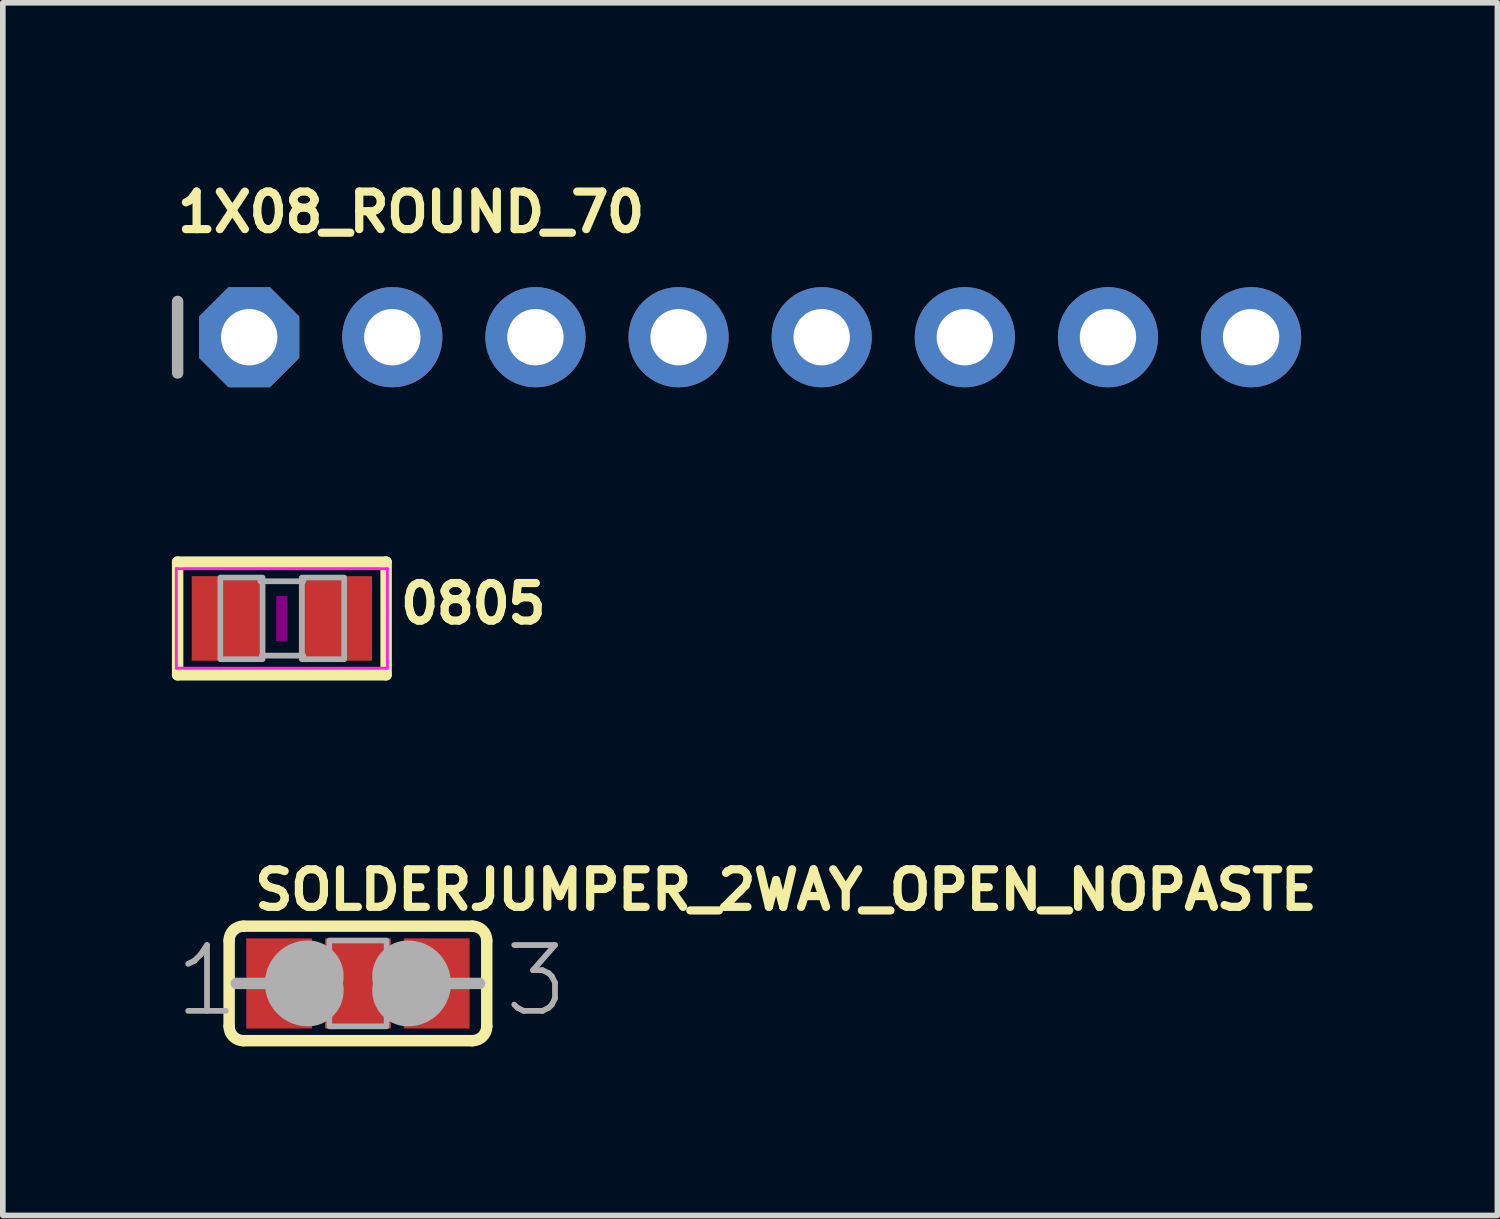
<source format=kicad_pcb>
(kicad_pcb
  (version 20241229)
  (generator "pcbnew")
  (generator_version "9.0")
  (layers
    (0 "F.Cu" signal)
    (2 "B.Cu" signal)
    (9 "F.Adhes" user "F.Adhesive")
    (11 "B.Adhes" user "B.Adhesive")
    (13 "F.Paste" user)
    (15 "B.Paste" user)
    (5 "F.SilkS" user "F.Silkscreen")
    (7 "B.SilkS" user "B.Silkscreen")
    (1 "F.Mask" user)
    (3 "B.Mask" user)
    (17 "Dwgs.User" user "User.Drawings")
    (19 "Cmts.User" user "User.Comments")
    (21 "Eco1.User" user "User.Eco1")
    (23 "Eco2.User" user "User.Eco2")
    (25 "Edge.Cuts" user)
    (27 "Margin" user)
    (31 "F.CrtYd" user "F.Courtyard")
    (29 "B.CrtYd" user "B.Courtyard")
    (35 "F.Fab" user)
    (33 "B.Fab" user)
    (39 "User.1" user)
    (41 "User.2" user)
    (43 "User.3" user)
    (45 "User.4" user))
  (footprint "SOLDERJUMPER_2WAY_OPEN_NOPASTE"
    (layer "F.Cu")
    (at 3.302 14.402)
    (property "Reference" "SOLDERJUMPER_2WAY_OPEN_NOPASTE" (at -1.905 -1.27 0) (unlocked yes) (layer "F.SilkS") (effects (font (size 0.666 0.666) (thickness 0.146)) (justify left bottom)))
    (fp_poly (pts (xy -2.1 0.9) (xy 2.1 0.9) (xy 2.1 -0.9) (xy -2.1 -0.9)) (stroke (width 0) (type default)) (fill yes) (layer "F.Mask"))
    (fp_line (start -2.286 0.762) (end -2.286 -0.762) (stroke (width 0.203) (type solid)) (layer "F.SilkS"))
    (fp_line (start -2.032 -1.016) (end 2.032 -1.016) (stroke (width 0.203) (type solid)) (layer "F.SilkS"))
    (fp_line (start 2.032 1.016) (end -2.032 1.016) (stroke (width 0.203) (type solid)) (layer "F.SilkS"))
    (fp_line (start 2.286 0.762) (end 2.286 -0.762) (stroke (width 0.203) (type solid)) (layer "F.SilkS"))
    (fp_arc (start -2.286 -0.762) (mid -2.211605 -0.941605) (end -2.032 -1.016) (stroke (width 0.2032) (type solid)) (layer "F.SilkS"))
    (fp_arc (start -2.032 1.016) (mid -2.211605 0.941605) (end -2.286 0.762) (stroke (width 0.2032) (type solid)) (layer "F.SilkS"))
    (fp_arc (start 2.032 -1.016) (mid 2.211605 -0.941605) (end 2.286 -0.762) (stroke (width 0.2032) (type solid)) (layer "F.SilkS"))
    (fp_arc (start 2.286 0.762) (mid 2.211605 0.941605) (end 2.032 1.016) (stroke (width 0.2032) (type solid)) (layer "F.SilkS"))
    (fp_line (start -1.651 0) (end -2.159 0) (stroke (width 0.203) (type solid)) (layer "F.Fab"))
    (fp_line (start 1.651 0) (end 2.159 0) (stroke (width 0.203) (type solid)) (layer "F.Fab"))
    (fp_arc (start -0.889 0.127) (mid -1.016 0) (end -0.889 -0.127) (stroke (width 1.27) (type solid)) (layer "F.Fab"))
    (fp_arc (start 0.889 -0.127) (mid 1.016 0) (end 0.889 0.127) (stroke (width 1.27) (type solid)) (layer "F.Fab"))
    (fp_poly (pts (xy -0.508 0.762) (xy 0.508 0.762) (xy 0.508 -0.762) (xy -0.508 -0.762)) (stroke (width 0.1) (type default)) (fill no) (layer "F.Fab"))
    (fp_text user "3" (at 2.54 0.635 0) (unlocked yes) (layer "F.Fab") (effects (font (size 1.168 1.168) (thickness 0.102)) (justify left bottom)))
    (fp_text user "1" (at -3.302 0.635 0) (unlocked yes) (layer "F.Fab") (effects (font (size 1.168 1.168) (thickness 0.102)) (justify left bottom)))
    (pad "1" smd rect (at -1.397 0) (size 1.168 1.6) (layers "F.Cu"))
    (pad "2" smd rect (at 0 0) (size 1.168 1.6) (layers "F.Cu"))
    (pad "3" smd rect (at 1.397 0) (size 1.168 1.6) (layers "F.Cu")))
  (footprint "1X08_ROUND_70"
    (layer "F.Cu")
    (at 10.262 2.934)
    (property "Reference" "1X08_ROUND_70" (at -10.236 -1.829 0) (unlocked yes) (layer "F.SilkS") (effects (font (size 0.666 0.666) (thickness 0.146)) (justify left bottom)))
    (fp_line (start -10.16 -0.635) (end -10.16 0.635) (stroke (width 0.203) (type solid)) (layer "F.Fab"))
    (fp_poly (pts (xy -9.144 0.254) (xy -8.636 0.254) (xy -8.636 -0.254) (xy -9.144 -0.254)) (stroke (width 0.1) (type default)) (fill no) (layer "F.Fab"))
    (fp_poly (pts (xy -6.604 0.254) (xy -6.096 0.254) (xy -6.096 -0.254) (xy -6.604 -0.254)) (stroke (width 0.1) (type default)) (fill no) (layer "F.Fab"))
    (fp_poly (pts (xy -4.064 0.254) (xy -3.556 0.254) (xy -3.556 -0.254) (xy -4.064 -0.254)) (stroke (width 0.1) (type default)) (fill no) (layer "F.Fab"))
    (fp_poly (pts (xy -1.524 0.254) (xy -1.016 0.254) (xy -1.016 -0.254) (xy -1.524 -0.254)) (stroke (width 0.1) (type default)) (fill no) (layer "F.Fab"))
    (fp_poly (pts (xy 1.016 0.254) (xy 1.524 0.254) (xy 1.524 -0.254) (xy 1.016 -0.254)) (stroke (width 0.1) (type default)) (fill no) (layer "F.Fab"))
    (fp_poly (pts (xy 3.556 0.254) (xy 4.064 0.254) (xy 4.064 -0.254) (xy 3.556 -0.254)) (stroke (width 0.1) (type default)) (fill no) (layer "F.Fab"))
    (fp_poly (pts (xy 6.096 0.254) (xy 6.604 0.254) (xy 6.604 -0.254) (xy 6.096 -0.254)) (stroke (width 0.1) (type default)) (fill no) (layer "F.Fab"))
    (fp_poly (pts (xy 8.636 0.254) (xy 9.144 0.254) (xy 9.144 -0.254) (xy 8.636 -0.254)) (stroke (width 0.1) (type default)) (fill no) (layer "F.Fab"))
    (pad "1" thru_hole roundrect (at -8.89 0 90) (size 1.778 1.778) (drill 1) (layers "*.Cu" "*.Mask") (roundrect_rratio 0.25) (chamfer_ratio 0.293) (chamfer top_left top_right bottom_left bottom_right))
    (pad "2" thru_hole circle (at -6.35 0 90) (size 1.778 1.778) (drill 1) (layers "*.Cu" "*.Mask"))
    (pad "3" thru_hole circle (at -3.81 0 90) (size 1.778 1.778) (drill 1) (layers "*.Cu" "*.Mask"))
    (pad "4" thru_hole circle (at -1.27 0 90) (size 1.778 1.778) (drill 1) (layers "*.Cu" "*.Mask"))
    (pad "5" thru_hole circle (at 1.27 0 90) (size 1.778 1.778) (drill 1) (layers "*.Cu" "*.Mask"))
    (pad "6" thru_hole circle (at 3.81 0 90) (size 1.778 1.778) (drill 1) (layers "*.Cu" "*.Mask"))
    (pad "7" thru_hole circle (at 6.35 0 90) (size 1.778 1.778) (drill 1) (layers "*.Cu" "*.Mask"))
    (pad "8" thru_hole circle (at 8.89 0 90) (size 1.778 1.778) (drill 1) (layers "*.Cu" "*.Mask")))
  (footprint "0805"
    (layer "F.Cu")
    (at 1.952 7.925)
    (property "Reference" "0805" (at 2.032 0.127 0) (unlocked yes) (layer "F.SilkS") (effects (font (size 0.666 0.666) (thickness 0.146)) (justify left bottom)))
    (fp_line (start -1.85 -1) (end 1.85 -1) (stroke (width 0.203) (type solid)) (layer "F.SilkS"))
    (fp_line (start -1.85 1) (end -1.85 -1) (stroke (width 0.203) (type solid)) (layer "F.SilkS"))
    (fp_line (start 1.85 -1) (end 1.85 1) (stroke (width 0.203) (type solid)) (layer "F.SilkS"))
    (fp_line (start 1.85 1) (end -1.85 1) (stroke (width 0.203) (type solid)) (layer "F.SilkS"))
    (fp_poly (pts (xy -0.1 0.4) (xy 0.1 0.4) (xy 0.1 -0.4) (xy -0.1 -0.4)) (stroke (width 0) (type default)) (fill yes) (layer "F.Adhes"))
    (fp_line (start -1.873 -0.883) (end 1.873 -0.883) (stroke (width 0.051) (type solid)) (layer "F.CrtYd"))
    (fp_line (start -1.873 0.883) (end -1.873 -0.883) (stroke (width 0.051) (type solid)) (layer "F.CrtYd"))
    (fp_line (start 1.873 -0.883) (end 1.873 0.883) (stroke (width 0.051) (type solid)) (layer "F.CrtYd"))
    (fp_line (start 1.873 0.883) (end -1.873 0.883) (stroke (width 0.051) (type solid)) (layer "F.CrtYd"))
    (fp_line (start -0.381 -0.66) (end 0.381 -0.66) (stroke (width 0.102) (type solid)) (layer "F.Fab"))
    (fp_line (start -0.356 0.66) (end 0.381 0.66) (stroke (width 0.102) (type solid)) (layer "F.Fab"))
    (fp_poly (pts (xy -1.092 0.724) (xy -0.342 0.724) (xy -0.342 -0.726) (xy -1.092 -0.726)) (stroke (width 0.1) (type default)) (fill no) (layer "F.Fab"))
    (fp_poly (pts (xy 0.356 0.724) (xy 1.106 0.724) (xy 1.106 -0.726) (xy 0.356 -0.726)) (stroke (width 0.1) (type default)) (fill no) (layer "F.Fab"))
    (pad "1" smd rect (at -0.95 0) (size 1.3 1.5) (layers "F.Cu" "F.Mask" "F.Paste"))
    (pad "2" smd rect (at 0.95 0) (size 1.3 1.5) (layers "F.Cu" "F.Mask" "F.Paste")))
  (gr_rect
    (start -3 -3)
    (end 23.523 18.519)
    (stroke (width 0.1) (type default))
    (fill no)
    (layer "Edge.Cuts")))
</source>
